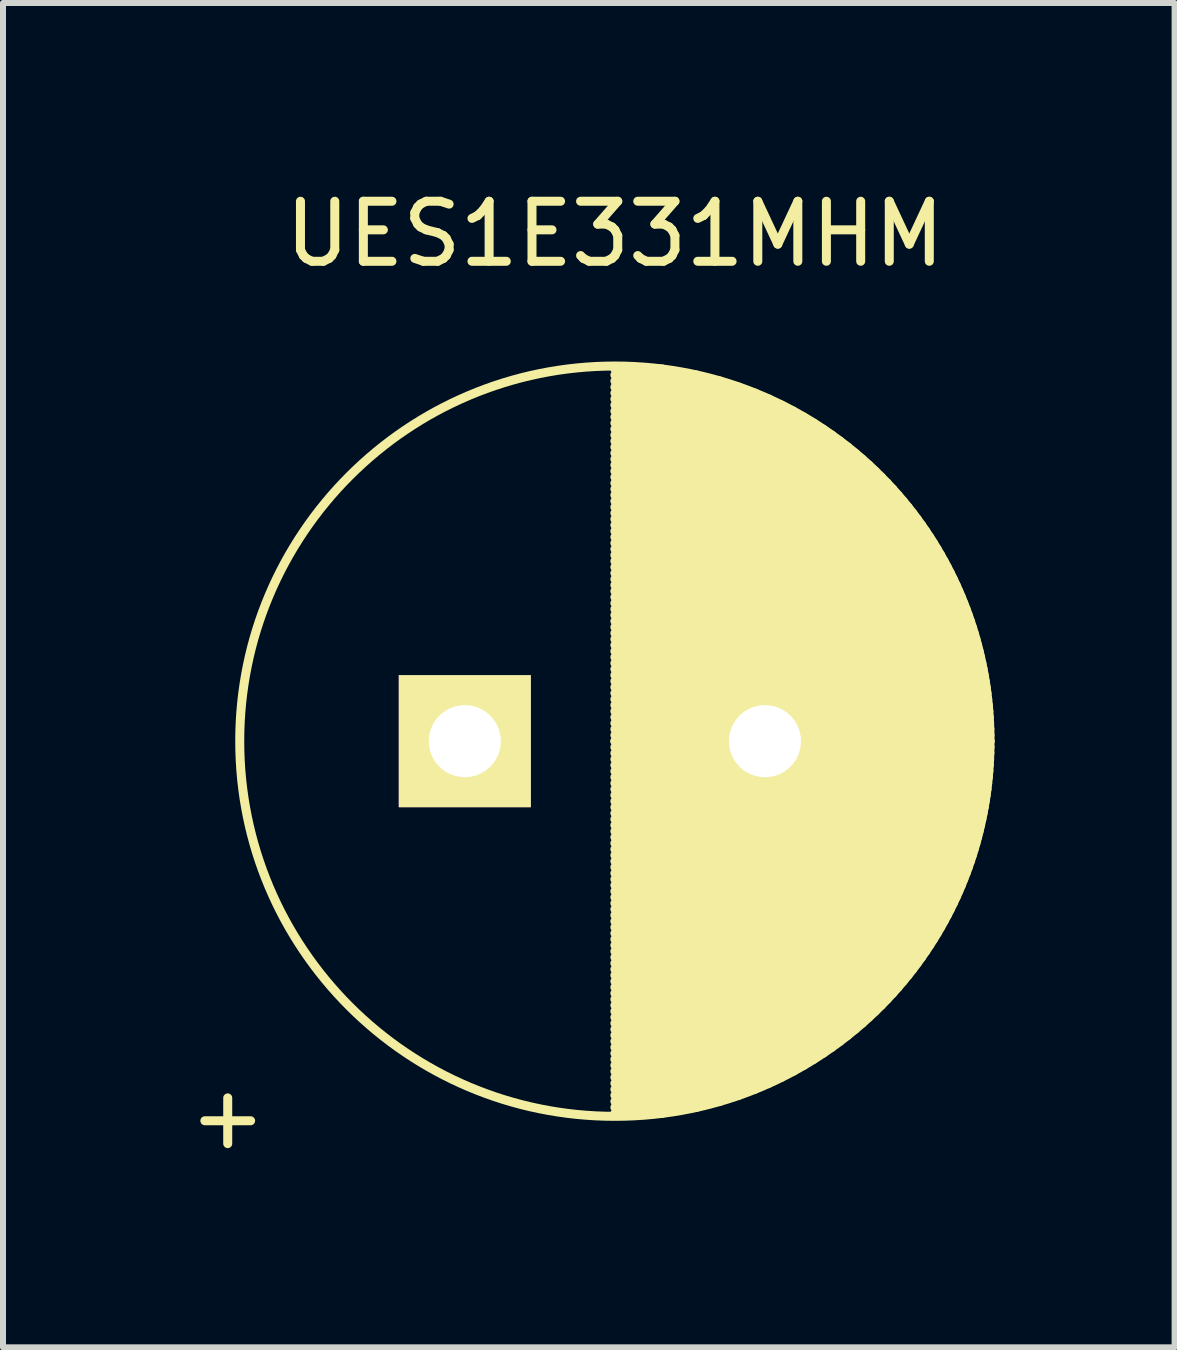
<source format=kicad_pcb>
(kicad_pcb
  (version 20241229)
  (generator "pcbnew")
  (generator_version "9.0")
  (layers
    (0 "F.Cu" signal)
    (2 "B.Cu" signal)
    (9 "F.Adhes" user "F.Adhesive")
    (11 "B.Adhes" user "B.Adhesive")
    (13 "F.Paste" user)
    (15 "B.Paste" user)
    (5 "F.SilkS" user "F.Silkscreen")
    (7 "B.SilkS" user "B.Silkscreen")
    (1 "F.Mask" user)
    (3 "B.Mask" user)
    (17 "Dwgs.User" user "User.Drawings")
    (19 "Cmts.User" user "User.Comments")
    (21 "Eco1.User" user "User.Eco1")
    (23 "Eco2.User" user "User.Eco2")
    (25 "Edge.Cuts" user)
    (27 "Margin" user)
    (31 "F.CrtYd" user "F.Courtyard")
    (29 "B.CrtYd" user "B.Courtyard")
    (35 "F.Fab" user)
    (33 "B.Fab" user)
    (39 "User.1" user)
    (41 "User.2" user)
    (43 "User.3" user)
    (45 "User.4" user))
  (footprint "UES1E331MHM"
    (layer "F.Cu")
    (at 4.694 9.298)
    (property "Reference" "UES1E331MHM" (at 2.5 -8.45 0) (layer "F.SilkS") (effects (font (size 1 1) (thickness 0.15))))
    (attr through_hole)
    (fp_line (start 2.5 -6.2) (end 3.289 -6.2) (stroke (width 0.15) (type solid)) (layer "F.SilkS"))
    (fp_line (start 2.5 -6.1) (end 3.861 -6.1) (stroke (width 0.15) (type solid)) (layer "F.SilkS"))
    (fp_line (start 2.5 -6) (end 4.25 -6) (stroke (width 0.15) (type solid)) (layer "F.SilkS"))
    (fp_line (start 2.5 -5.9) (end 4.562 -5.9) (stroke (width 0.15) (type solid)) (layer "F.SilkS"))
    (fp_line (start 2.5 -5.8) (end 4.829 -5.8) (stroke (width 0.15) (type solid)) (layer "F.SilkS"))
    (fp_line (start 2.5 -5.7) (end 5.064 -5.7) (stroke (width 0.15) (type solid)) (layer "F.SilkS"))
    (fp_line (start 2.5 -5.6) (end 5.275 -5.6) (stroke (width 0.15) (type solid)) (layer "F.SilkS"))
    (fp_line (start 2.5 -5.5) (end 5.469 -5.5) (stroke (width 0.15) (type solid)) (layer "F.SilkS"))
    (fp_line (start 2.5 -5.4) (end 5.647 -5.4) (stroke (width 0.15) (type solid)) (layer "F.SilkS"))
    (fp_line (start 2.5 -5.3) (end 5.812 -5.3) (stroke (width 0.15) (type solid)) (layer "F.SilkS"))
    (fp_line (start 2.5 -5.2) (end 5.967 -5.2) (stroke (width 0.15) (type solid)) (layer "F.SilkS"))
    (fp_line (start 2.5 -5.1) (end 6.113 -5.1) (stroke (width 0.15) (type solid)) (layer "F.SilkS"))
    (fp_line (start 2.5 -5) (end 6.25 -5) (stroke (width 0.15) (type solid)) (layer "F.SilkS"))
    (fp_line (start 2.5 -4.9) (end 6.38 -4.9) (stroke (width 0.15) (type solid)) (layer "F.SilkS"))
    (fp_line (start 2.5 -4.8) (end 6.503 -4.8) (stroke (width 0.15) (type solid)) (layer "F.SilkS"))
    (fp_line (start 2.5 -4.7) (end 6.62 -4.7) (stroke (width 0.15) (type solid)) (layer "F.SilkS"))
    (fp_line (start 2.5 -4.6) (end 6.731 -4.6) (stroke (width 0.15) (type solid)) (layer "F.SilkS"))
    (fp_line (start 2.5 -4.5) (end 6.837 -4.5) (stroke (width 0.15) (type solid)) (layer "F.SilkS"))
    (fp_line (start 2.5 -4.4) (end 6.939 -4.4) (stroke (width 0.15) (type solid)) (layer "F.SilkS"))
    (fp_line (start 2.5 -4.3) (end 7.036 -4.3) (stroke (width 0.15) (type solid)) (layer "F.SilkS"))
    (fp_line (start 2.5 -4.2) (end 7.128 -4.2) (stroke (width 0.15) (type solid)) (layer "F.SilkS"))
    (fp_line (start 2.5 -4.1) (end 7.217 -4.1) (stroke (width 0.15) (type solid)) (layer "F.SilkS"))
    (fp_line (start 2.5 -4) (end 7.302 -4) (stroke (width 0.15) (type solid)) (layer "F.SilkS"))
    (fp_line (start 2.5 -3.9) (end 7.384 -3.9) (stroke (width 0.15) (type solid)) (layer "F.SilkS"))
    (fp_line (start 2.5 -3.8) (end 7.462 -3.8) (stroke (width 0.15) (type solid)) (layer "F.SilkS"))
    (fp_line (start 2.5 -3.7) (end 7.537 -3.7) (stroke (width 0.15) (type solid)) (layer "F.SilkS"))
    (fp_line (start 2.5 -3.6) (end 7.609 -3.6) (stroke (width 0.15) (type solid)) (layer "F.SilkS"))
    (fp_line (start 2.5 -3.5) (end 7.678 -3.5) (stroke (width 0.15) (type solid)) (layer "F.SilkS"))
    (fp_line (start 2.5 -3.4) (end 7.744 -3.4) (stroke (width 0.15) (type solid)) (layer "F.SilkS"))
    (fp_line (start 2.5 -3.3) (end 7.808 -3.3) (stroke (width 0.15) (type solid)) (layer "F.SilkS"))
    (fp_line (start 2.5 -3.2) (end 7.869 -3.2) (stroke (width 0.15) (type solid)) (layer "F.SilkS"))
    (fp_line (start 2.5 -3.1) (end 7.927 -3.1) (stroke (width 0.15) (type solid)) (layer "F.SilkS"))
    (fp_line (start 2.5 -3) (end 7.983 -3) (stroke (width 0.15) (type solid)) (layer "F.SilkS"))
    (fp_line (start 2.5 -2.9) (end 8.036 -2.9) (stroke (width 0.15) (type solid)) (layer "F.SilkS"))
    (fp_line (start 2.5 -2.8) (end 8.088 -2.8) (stroke (width 0.15) (type solid)) (layer "F.SilkS"))
    (fp_line (start 2.5 -2.7) (end 8.137 -2.7) (stroke (width 0.15) (type solid)) (layer "F.SilkS"))
    (fp_line (start 2.5 -2.6) (end 8.184 -2.6) (stroke (width 0.15) (type solid)) (layer "F.SilkS"))
    (fp_line (start 2.5 -2.5) (end 8.228 -2.5) (stroke (width 0.15) (type solid)) (layer "F.SilkS"))
    (fp_line (start 2.5 -2.4) (end 8.271 -2.4) (stroke (width 0.15) (type solid)) (layer "F.SilkS"))
    (fp_line (start 2.5 -2.3) (end 8.311 -2.3) (stroke (width 0.15) (type solid)) (layer "F.SilkS"))
    (fp_line (start 2.5 -2.2) (end 8.35 -2.2) (stroke (width 0.15) (type solid)) (layer "F.SilkS"))
    (fp_line (start 2.5 -2.1) (end 8.387 -2.1) (stroke (width 0.15) (type solid)) (layer "F.SilkS"))
    (fp_line (start 2.5 -2) (end 8.421 -2) (stroke (width 0.15) (type solid)) (layer "F.SilkS"))
    (fp_line (start 2.5 -1.9) (end 8.454 -1.9) (stroke (width 0.15) (type solid)) (layer "F.SilkS"))
    (fp_line (start 2.5 -1.8) (end 8.485 -1.8) (stroke (width 0.15) (type solid)) (layer "F.SilkS"))
    (fp_line (start 2.5 -1.7) (end 8.514 -1.7) (stroke (width 0.15) (type solid)) (layer "F.SilkS"))
    (fp_line (start 2.5 -1.6) (end 8.542 -1.6) (stroke (width 0.15) (type solid)) (layer "F.SilkS"))
    (fp_line (start 2.5 -1.5) (end 8.567 -1.5) (stroke (width 0.15) (type solid)) (layer "F.SilkS"))
    (fp_line (start 2.5 -1.4) (end 8.591 -1.4) (stroke (width 0.15) (type solid)) (layer "F.SilkS"))
    (fp_line (start 2.5 -1.3) (end 8.613 -1.3) (stroke (width 0.15) (type solid)) (layer "F.SilkS"))
    (fp_line (start 2.5 -1.2) (end 8.634 -1.2) (stroke (width 0.15) (type solid)) (layer "F.SilkS"))
    (fp_line (start 2.5 -1.1) (end 8.652 -1.1) (stroke (width 0.15) (type solid)) (layer "F.SilkS"))
    (fp_line (start 2.5 -1) (end 8.669 -1) (stroke (width 0.15) (type solid)) (layer "F.SilkS"))
    (fp_line (start 2.5 -0.9) (end 8.685 -0.9) (stroke (width 0.15) (type solid)) (layer "F.SilkS"))
    (fp_line (start 2.5 -0.8) (end 8.699 -0.8) (stroke (width 0.15) (type solid)) (layer "F.SilkS"))
    (fp_line (start 2.5 -0.7) (end 8.711 -0.7) (stroke (width 0.15) (type solid)) (layer "F.SilkS"))
    (fp_line (start 2.5 -0.6) (end 8.721 -0.6) (stroke (width 0.15) (type solid)) (layer "F.SilkS"))
    (fp_line (start 2.5 -0.5) (end 8.73 -0.5) (stroke (width 0.15) (type solid)) (layer "F.SilkS"))
    (fp_line (start 2.5 -0.4) (end 8.737 -0.4) (stroke (width 0.15) (type solid)) (layer "F.SilkS"))
    (fp_line (start 2.5 -0.3) (end 8.743 -0.3) (stroke (width 0.15) (type solid)) (layer "F.SilkS"))
    (fp_line (start 2.5 -0.2) (end 8.747 -0.2) (stroke (width 0.15) (type solid)) (layer "F.SilkS"))
    (fp_line (start 2.5 -0.1) (end 8.749 -0.1) (stroke (width 0.15) (type solid)) (layer "F.SilkS"))
    (fp_line (start 2.5 0) (end 8.75 0) (stroke (width 0.15) (type solid)) (layer "F.SilkS"))
    (fp_line (start 2.5 0) (end 8.75 0) (stroke (width 0.15) (type solid)) (layer "F.SilkS"))
    (fp_line (start 2.5 0.1) (end 8.749 0.1) (stroke (width 0.15) (type solid)) (layer "F.SilkS"))
    (fp_line (start 2.5 0.2) (end 8.747 0.2) (stroke (width 0.15) (type solid)) (layer "F.SilkS"))
    (fp_line (start 2.5 0.3) (end 8.743 0.3) (stroke (width 0.15) (type solid)) (layer "F.SilkS"))
    (fp_line (start 2.5 0.4) (end 8.737 0.4) (stroke (width 0.15) (type solid)) (layer "F.SilkS"))
    (fp_line (start 2.5 0.5) (end 8.73 0.5) (stroke (width 0.15) (type solid)) (layer "F.SilkS"))
    (fp_line (start 2.5 0.6) (end 8.721 0.6) (stroke (width 0.15) (type solid)) (layer "F.SilkS"))
    (fp_line (start 2.5 0.7) (end 8.711 0.7) (stroke (width 0.15) (type solid)) (layer "F.SilkS"))
    (fp_line (start 2.5 0.8) (end 8.699 0.8) (stroke (width 0.15) (type solid)) (layer "F.SilkS"))
    (fp_line (start 2.5 0.9) (end 8.685 0.9) (stroke (width 0.15) (type solid)) (layer "F.SilkS"))
    (fp_line (start 2.5 1) (end 8.669 1) (stroke (width 0.15) (type solid)) (layer "F.SilkS"))
    (fp_line (start 2.5 1.1) (end 8.652 1.1) (stroke (width 0.15) (type solid)) (layer "F.SilkS"))
    (fp_line (start 2.5 1.2) (end 8.634 1.2) (stroke (width 0.15) (type solid)) (layer "F.SilkS"))
    (fp_line (start 2.5 1.3) (end 8.613 1.3) (stroke (width 0.15) (type solid)) (layer "F.SilkS"))
    (fp_line (start 2.5 1.4) (end 8.591 1.4) (stroke (width 0.15) (type solid)) (layer "F.SilkS"))
    (fp_line (start 2.5 1.5) (end 8.567 1.5) (stroke (width 0.15) (type solid)) (layer "F.SilkS"))
    (fp_line (start 2.5 1.6) (end 8.542 1.6) (stroke (width 0.15) (type solid)) (layer "F.SilkS"))
    (fp_line (start 2.5 1.7) (end 8.514 1.7) (stroke (width 0.15) (type solid)) (layer "F.SilkS"))
    (fp_line (start 2.5 1.8) (end 8.485 1.8) (stroke (width 0.15) (type solid)) (layer "F.SilkS"))
    (fp_line (start 2.5 1.9) (end 8.454 1.9) (stroke (width 0.15) (type solid)) (layer "F.SilkS"))
    (fp_line (start 2.5 2) (end 8.421 2) (stroke (width 0.15) (type solid)) (layer "F.SilkS"))
    (fp_line (start 2.5 2.1) (end 8.387 2.1) (stroke (width 0.15) (type solid)) (layer "F.SilkS"))
    (fp_line (start 2.5 2.2) (end 8.35 2.2) (stroke (width 0.15) (type solid)) (layer "F.SilkS"))
    (fp_line (start 2.5 2.3) (end 8.311 2.3) (stroke (width 0.15) (type solid)) (layer "F.SilkS"))
    (fp_line (start 2.5 2.4) (end 8.271 2.4) (stroke (width 0.15) (type solid)) (layer "F.SilkS"))
    (fp_line (start 2.5 2.5) (end 8.228 2.5) (stroke (width 0.15) (type solid)) (layer "F.SilkS"))
    (fp_line (start 2.5 2.6) (end 8.184 2.6) (stroke (width 0.15) (type solid)) (layer "F.SilkS"))
    (fp_line (start 2.5 2.7) (end 8.137 2.7) (stroke (width 0.15) (type solid)) (layer "F.SilkS"))
    (fp_line (start 2.5 2.8) (end 8.088 2.8) (stroke (width 0.15) (type solid)) (layer "F.SilkS"))
    (fp_line (start 2.5 2.9) (end 8.036 2.9) (stroke (width 0.15) (type solid)) (layer "F.SilkS"))
    (fp_line (start 2.5 3) (end 7.983 3) (stroke (width 0.15) (type solid)) (layer "F.SilkS"))
    (fp_line (start 2.5 3.1) (end 7.927 3.1) (stroke (width 0.15) (type solid)) (layer "F.SilkS"))
    (fp_line (start 2.5 3.2) (end 7.869 3.2) (stroke (width 0.15) (type solid)) (layer "F.SilkS"))
    (fp_line (start 2.5 3.3) (end 7.808 3.3) (stroke (width 0.15) (type solid)) (layer "F.SilkS"))
    (fp_line (start 2.5 3.4) (end 7.744 3.4) (stroke (width 0.15) (type solid)) (layer "F.SilkS"))
    (fp_line (start 2.5 3.5) (end 7.678 3.5) (stroke (width 0.15) (type solid)) (layer "F.SilkS"))
    (fp_line (start 2.5 3.6) (end 7.609 3.6) (stroke (width 0.15) (type solid)) (layer "F.SilkS"))
    (fp_line (start 2.5 3.7) (end 7.537 3.7) (stroke (width 0.15) (type solid)) (layer "F.SilkS"))
    (fp_line (start 2.5 3.8) (end 7.462 3.8) (stroke (width 0.15) (type solid)) (layer "F.SilkS"))
    (fp_line (start 2.5 3.9) (end 7.384 3.9) (stroke (width 0.15) (type solid)) (layer "F.SilkS"))
    (fp_line (start 2.5 4) (end 7.302 4) (stroke (width 0.15) (type solid)) (layer "F.SilkS"))
    (fp_line (start 2.5 4.1) (end 7.217 4.1) (stroke (width 0.15) (type solid)) (layer "F.SilkS"))
    (fp_line (start 2.5 4.2) (end 7.128 4.2) (stroke (width 0.15) (type solid)) (layer "F.SilkS"))
    (fp_line (start 2.5 4.3) (end 7.036 4.3) (stroke (width 0.15) (type solid)) (layer "F.SilkS"))
    (fp_line (start 2.5 4.4) (end 6.939 4.4) (stroke (width 0.15) (type solid)) (layer "F.SilkS"))
    (fp_line (start 2.5 4.5) (end 6.837 4.5) (stroke (width 0.15) (type solid)) (layer "F.SilkS"))
    (fp_line (start 2.5 4.6) (end 6.731 4.6) (stroke (width 0.15) (type solid)) (layer "F.SilkS"))
    (fp_line (start 2.5 4.7) (end 6.62 4.7) (stroke (width 0.15) (type solid)) (layer "F.SilkS"))
    (fp_line (start 2.5 4.8) (end 6.503 4.8) (stroke (width 0.15) (type solid)) (layer "F.SilkS"))
    (fp_line (start 2.5 4.9) (end 6.38 4.9) (stroke (width 0.15) (type solid)) (layer "F.SilkS"))
    (fp_line (start 2.5 5) (end 6.25 5) (stroke (width 0.15) (type solid)) (layer "F.SilkS"))
    (fp_line (start 2.5 5.1) (end 6.113 5.1) (stroke (width 0.15) (type solid)) (layer "F.SilkS"))
    (fp_line (start 2.5 5.2) (end 5.967 5.2) (stroke (width 0.15) (type solid)) (layer "F.SilkS"))
    (fp_line (start 2.5 5.3) (end 5.812 5.3) (stroke (width 0.15) (type solid)) (layer "F.SilkS"))
    (fp_line (start 2.5 5.4) (end 5.647 5.4) (stroke (width 0.15) (type solid)) (layer "F.SilkS"))
    (fp_line (start 2.5 5.5) (end 5.469 5.5) (stroke (width 0.15) (type solid)) (layer "F.SilkS"))
    (fp_line (start 2.5 5.6) (end 5.275 5.6) (stroke (width 0.15) (type solid)) (layer "F.SilkS"))
    (fp_line (start 2.5 5.7) (end 5.064 5.7) (stroke (width 0.15) (type solid)) (layer "F.SilkS"))
    (fp_line (start 2.5 5.8) (end 4.829 5.8) (stroke (width 0.15) (type solid)) (layer "F.SilkS"))
    (fp_line (start 2.5 5.9) (end 4.562 5.9) (stroke (width 0.15) (type solid)) (layer "F.SilkS"))
    (fp_line (start 2.5 6) (end 4.25 6) (stroke (width 0.15) (type solid)) (layer "F.SilkS"))
    (fp_line (start 2.5 6.1) (end 3.861 6.1) (stroke (width 0.15) (type solid)) (layer "F.SilkS"))
    (fp_line (start 2.5 6.2) (end 3.289 6.2) (stroke (width 0.15) (type solid)) (layer "F.SilkS"))
    (fp_circle (center 2.5 0) (end 2.5 -6.25) (stroke (width 0.15) (type solid)) (fill no) (layer "F.SilkS"))
    (fp_text user "+" (at -3.95 6.25 0) (layer "F.SilkS") (effects (font (size 1 1) (thickness 0.15))))
    (pad "1" thru_hole rect (at 0 0) (size 2.2 2.2) (drill 1.2) (layers "*.Cu" "*.Mask" "F.SilkS"))
    (pad "2" thru_hole circle (at 5 0) (size 2.2 2.2) (drill 1.2) (layers "*.Cu" "*.Mask" "F.SilkS")))
  (gr_rect
    (start -3 -3)
    (end 16.519 19.396)
    (stroke (width 0.1) (type default))
    (fill no)
    (layer "Edge.Cuts")))
</source>
